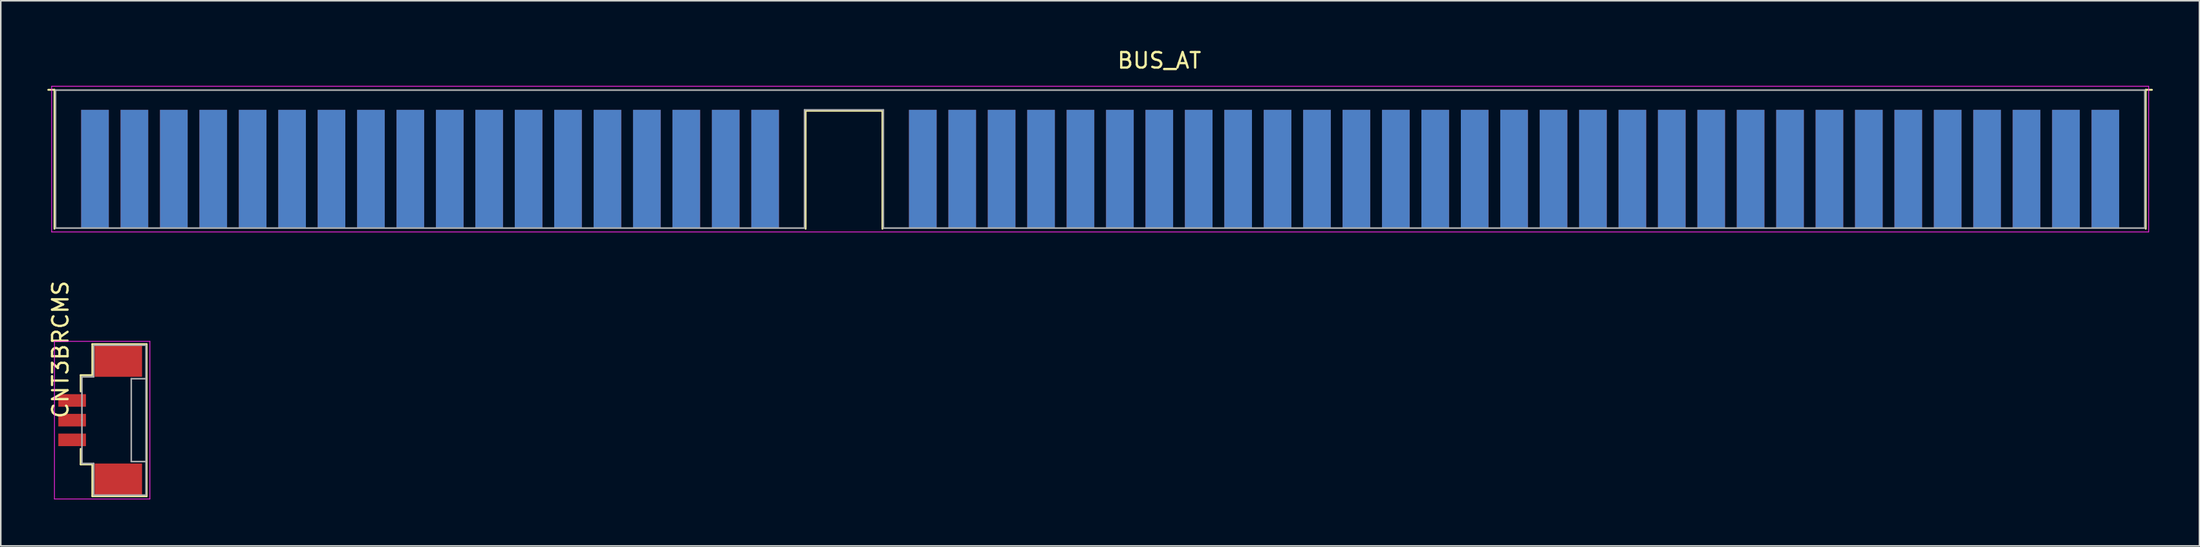
<source format=kicad_pcb>
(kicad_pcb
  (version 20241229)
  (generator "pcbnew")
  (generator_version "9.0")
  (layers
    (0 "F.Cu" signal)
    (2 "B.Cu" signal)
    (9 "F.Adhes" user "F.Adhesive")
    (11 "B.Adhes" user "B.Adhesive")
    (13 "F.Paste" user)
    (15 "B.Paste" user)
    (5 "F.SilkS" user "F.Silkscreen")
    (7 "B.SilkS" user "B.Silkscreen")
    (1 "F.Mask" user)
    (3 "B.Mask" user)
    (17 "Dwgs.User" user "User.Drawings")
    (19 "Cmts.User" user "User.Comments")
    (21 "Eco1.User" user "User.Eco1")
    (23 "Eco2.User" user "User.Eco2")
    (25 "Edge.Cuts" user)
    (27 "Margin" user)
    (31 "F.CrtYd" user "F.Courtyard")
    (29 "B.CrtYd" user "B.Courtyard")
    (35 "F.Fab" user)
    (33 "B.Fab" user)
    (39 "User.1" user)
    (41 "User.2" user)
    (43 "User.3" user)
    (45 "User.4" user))
  (footprint "CNT3BRCMS"
    (layer "F.Cu")
    (at 3.088 24.027)
    (property "Reference" "CNT3BRCMS" (at -2.24 -4.55 90) (layer "F.SilkS") (effects (font (size 1 1) (thickness 0.15))))
    (attr smd)
    (fp_line (start -0.94 -2.9) (end -0.19 -2.9) (stroke (width 0.12) (type solid)) (layer "F.SilkS"))
    (fp_line (start -0.94 -1.85) (end -0.94 -2.9) (stroke (width 0.12) (type solid)) (layer "F.SilkS"))
    (fp_line (start -0.94 2.85) (end -0.94 1.85) (stroke (width 0.12) (type solid)) (layer "F.SilkS"))
    (fp_line (start -0.19 -4.9) (end 3.31 -4.9) (stroke (width 0.12) (type solid)) (layer "F.SilkS"))
    (fp_line (start -0.19 -2.9) (end -0.19 -4.9) (stroke (width 0.12) (type solid)) (layer "F.SilkS"))
    (fp_line (start -0.19 2.85) (end -0.94 2.85) (stroke (width 0.12) (type solid)) (layer "F.SilkS"))
    (fp_line (start -0.19 4.9) (end -0.19 2.85) (stroke (width 0.12) (type solid)) (layer "F.SilkS"))
    (fp_line (start 3.31 -4.9) (end 3.31 4.9) (stroke (width 0.12) (type solid)) (layer "F.SilkS"))
    (fp_line (start 3.31 4.9) (end -0.19 4.9) (stroke (width 0.12) (type solid)) (layer "F.SilkS"))
    (fp_line (start -2.63 -5.08) (end -2.63 5.08) (stroke (width 0.05) (type solid)) (layer "F.CrtYd"))
    (fp_line (start -2.63 -5.08) (end 3.52 -5.08) (stroke (width 0.05) (type solid)) (layer "F.CrtYd"))
    (fp_line (start 3.52 5.08) (end -2.63 5.08) (stroke (width 0.05) (type solid)) (layer "F.CrtYd"))
    (fp_line (start 3.52 5.08) (end 3.52 -5.08) (stroke (width 0.05) (type solid)) (layer "F.CrtYd"))
    (fp_line (start -0.86 -2.79) (end -0.1 -2.79) (stroke (width 0.1) (type solid)) (layer "F.Fab"))
    (fp_line (start -0.86 0) (end -0.86 -2.79) (stroke (width 0.1) (type solid)) (layer "F.Fab"))
    (fp_line (start -0.86 2.79) (end -0.86 0) (stroke (width 0.1) (type solid)) (layer "F.Fab"))
    (fp_line (start -0.1 -4.83) (end 3.27 -4.83) (stroke (width 0.1) (type solid)) (layer "F.Fab"))
    (fp_line (start -0.1 -2.79) (end -0.1 -4.83) (stroke (width 0.1) (type solid)) (layer "F.Fab"))
    (fp_line (start -0.1 2.79) (end -0.86 2.79) (stroke (width 0.1) (type solid)) (layer "F.Fab"))
    (fp_line (start -0.1 4.83) (end -0.1 2.79) (stroke (width 0.1) (type solid)) (layer "F.Fab"))
    (fp_line (start 2.32 -2.67) (end 2.32 2.67) (stroke (width 0.1) (type solid)) (layer "F.Fab"))
    (fp_line (start 2.32 2.67) (end 3.27 2.67) (stroke (width 0.1) (type solid)) (layer "F.Fab"))
    (fp_line (start 3.27 -4.83) (end 3.27 4.83) (stroke (width 0.1) (type solid)) (layer "F.Fab"))
    (fp_line (start 3.27 -2.67) (end 2.32 -2.67) (stroke (width 0.1) (type solid)) (layer "F.Fab"))
    (fp_line (start 3.27 4.83) (end -0.1 4.83) (stroke (width 0.1) (type solid)) (layer "F.Fab"))
    (pad "" smd rect (at 1.49 -3.81) (size 3.05 2.03) (layers "F.Cu" "F.Mask" "F.Paste"))
    (pad "" smd rect (at 1.49 3.81) (size 3.05 2.03) (layers "F.Cu" "F.Mask" "F.Paste"))
    (pad "1" smd rect (at -1.49 -1.27) (size 1.78 0.81) (layers "F.Cu" "F.Mask" "F.Paste"))
    (pad "2" smd rect (at -1.49 0) (size 1.78 0.81) (layers "F.Cu" "F.Mask" "F.Paste"))
    (pad "3" smd rect (at -1.49 1.27) (size 1.78 0.81) (layers "F.Cu" "F.Mask" "F.Paste")))
  (footprint "BUS_AT"
    (layer "F.Cu")
    (at 132.61 7.838)
    (property "Reference" "BUS_AT" (at -60.96 -6.99 0) (layer "F.SilkS") (effects (font (size 1 1) (thickness 0.15))))
    (attr through_hole)
    (fp_line (start -132.15 -5.1) (end -132.55 -5.1) (stroke (width 0.12) (type solid)) (layer "F.SilkS"))
    (fp_line (start -132.15 3.85) (end -132.15 -5.1) (stroke (width 0.12) (type solid)) (layer "F.SilkS"))
    (fp_line (start -83.75 -3.75) (end -78.8 -3.75) (stroke (width 0.12) (type solid)) (layer "F.SilkS"))
    (fp_line (start -83.75 3.85) (end -83.75 -3.75) (stroke (width 0.12) (type solid)) (layer "F.SilkS"))
    (fp_line (start -78.8 -3.75) (end -78.8 3.85) (stroke (width 0.12) (type solid)) (layer "F.SilkS"))
    (fp_line (start 2.6 -5.1) (end 3 -5.1) (stroke (width 0.12) (type solid)) (layer "F.SilkS"))
    (fp_line (start 2.6 3.85) (end 2.6 -5.1) (stroke (width 0.12) (type solid)) (layer "F.SilkS"))
    (fp_line (start -132.33 -5.33) (end -132.33 4.06) (stroke (width 0.05) (type solid)) (layer "F.CrtYd"))
    (fp_line (start -132.33 -5.33) (end 2.79 -5.33) (stroke (width 0.05) (type solid)) (layer "F.CrtYd"))
    (fp_line (start 2.79 4.06) (end -132.33 4.06) (stroke (width 0.05) (type solid)) (layer "F.CrtYd"))
    (fp_line (start 2.79 4.06) (end 2.79 -5.33) (stroke (width 0.05) (type solid)) (layer "F.CrtYd"))
    (fp_line (start -132.08 -5.08) (end 2.54 -5.08) (stroke (width 0.1) (type solid)) (layer "F.Fab"))
    (fp_line (start -132.08 3.81) (end -132.08 -5.08) (stroke (width 0.1) (type solid)) (layer "F.Fab"))
    (fp_line (start -83.82 -3.81) (end -83.82 3.81) (stroke (width 0.1) (type solid)) (layer "F.Fab"))
    (fp_line (start -83.82 3.81) (end -132.08 3.81) (stroke (width 0.1) (type solid)) (layer "F.Fab"))
    (fp_line (start -78.74 -3.81) (end -83.82 -3.81) (stroke (width 0.1) (type solid)) (layer "F.Fab"))
    (fp_line (start -78.74 3.81) (end -78.74 -3.81) (stroke (width 0.1) (type solid)) (layer "F.Fab"))
    (fp_line (start 2.54 -5.08) (end 2.54 3.81) (stroke (width 0.1) (type solid)) (layer "F.Fab"))
    (fp_line (start 2.54 3.81) (end -78.74 3.81) (stroke (width 0.1) (type solid)) (layer "F.Fab"))
    (pad "1" connect rect (at 0 0) (size 1.78 7.62) (layers "B.Cu" "B.Mask"))
    (pad "2" connect rect (at -2.54 0) (size 1.78 7.62) (layers "B.Cu" "B.Mask"))
    (pad "3" connect rect (at -5.08 0) (size 1.78 7.62) (layers "B.Cu" "B.Mask"))
    (pad "4" connect rect (at -7.62 0) (size 1.78 7.62) (layers "B.Cu" "B.Mask"))
    (pad "5" connect rect (at -10.16 0) (size 1.78 7.62) (layers "B.Cu" "B.Mask"))
    (pad "6" connect rect (at -12.7 0) (size 1.78 7.62) (layers "B.Cu" "B.Mask"))
    (pad "7" connect rect (at -15.24 0) (size 1.78 7.62) (layers "B.Cu" "B.Mask"))
    (pad "8" connect rect (at -17.78 0) (size 1.78 7.62) (layers "B.Cu" "B.Mask"))
    (pad "9" connect rect (at -20.32 0) (size 1.78 7.62) (layers "B.Cu" "B.Mask"))
    (pad "10" connect rect (at -22.86 0) (size 1.78 7.62) (layers "B.Cu" "B.Mask"))
    (pad "11" connect rect (at -25.4 0) (size 1.78 7.62) (layers "B.Cu" "B.Mask"))
    (pad "12" connect rect (at -27.94 0) (size 1.78 7.62) (layers "B.Cu" "B.Mask"))
    (pad "13" connect rect (at -30.48 0) (size 1.78 7.62) (layers "B.Cu" "B.Mask"))
    (pad "14" connect rect (at -33.02 0) (size 1.78 7.62) (layers "B.Cu" "B.Mask"))
    (pad "15" connect rect (at -35.56 0) (size 1.78 7.62) (layers "B.Cu" "B.Mask"))
    (pad "16" connect rect (at -38.1 0) (size 1.78 7.62) (layers "B.Cu" "B.Mask"))
    (pad "17" connect rect (at -40.64 0) (size 1.78 7.62) (layers "B.Cu" "B.Mask"))
    (pad "18" connect rect (at -43.18 0) (size 1.78 7.62) (layers "B.Cu" "B.Mask"))
    (pad "19" connect rect (at -45.72 0) (size 1.78 7.62) (layers "B.Cu" "B.Mask"))
    (pad "20" connect rect (at -48.26 0) (size 1.78 7.62) (layers "B.Cu" "B.Mask"))
    (pad "21" connect rect (at -50.8 0) (size 1.78 7.62) (layers "B.Cu" "B.Mask"))
    (pad "22" connect rect (at -53.34 0) (size 1.78 7.62) (layers "B.Cu" "B.Mask"))
    (pad "23" connect rect (at -55.88 0) (size 1.78 7.62) (layers "B.Cu" "B.Mask"))
    (pad "24" connect rect (at -58.42 0) (size 1.78 7.62) (layers "B.Cu" "B.Mask"))
    (pad "25" connect rect (at -60.96 0) (size 1.78 7.62) (layers "B.Cu" "B.Mask"))
    (pad "26" connect rect (at -63.5 0) (size 1.78 7.62) (layers "B.Cu" "B.Mask"))
    (pad "27" connect rect (at -66.04 0) (size 1.78 7.62) (layers "B.Cu" "B.Mask"))
    (pad "28" connect rect (at -68.58 0) (size 1.78 7.62) (layers "B.Cu" "B.Mask"))
    (pad "29" connect rect (at -71.12 0) (size 1.78 7.62) (layers "B.Cu" "B.Mask"))
    (pad "30" connect rect (at -73.66 0) (size 1.78 7.62) (layers "B.Cu" "B.Mask"))
    (pad "31" connect rect (at -76.2 0) (size 1.78 7.62) (layers "B.Cu" "B.Mask"))
    (pad "32" connect rect (at 0 0) (size 1.78 7.62) (layers "F.Cu" "F.Mask"))
    (pad "33" connect rect (at -2.54 0) (size 1.78 7.62) (layers "F.Cu" "F.Mask"))
    (pad "34" connect rect (at -5.08 0) (size 1.78 7.62) (layers "F.Cu" "F.Mask"))
    (pad "35" connect rect (at -7.62 0) (size 1.78 7.62) (layers "F.Cu" "F.Mask"))
    (pad "36" connect rect (at -10.16 0) (size 1.78 7.62) (layers "F.Cu" "F.Mask"))
    (pad "37" connect rect (at -12.7 0) (size 1.78 7.62) (layers "F.Cu" "F.Mask"))
    (pad "38" connect rect (at -15.24 0) (size 1.78 7.62) (layers "F.Cu" "F.Mask"))
    (pad "39" connect rect (at -17.78 0) (size 1.78 7.62) (layers "F.Cu" "F.Mask"))
    (pad "40" connect rect (at -20.32 0) (size 1.78 7.62) (layers "F.Cu" "F.Mask"))
    (pad "41" connect rect (at -22.86 0) (size 1.78 7.62) (layers "F.Cu" "F.Mask"))
    (pad "42" connect rect (at -25.4 0) (size 1.78 7.62) (layers "F.Cu" "F.Mask"))
    (pad "43" connect rect (at -27.94 0) (size 1.78 7.62) (layers "F.Cu" "F.Mask"))
    (pad "44" connect rect (at -30.48 0) (size 1.78 7.62) (layers "F.Cu" "F.Mask"))
    (pad "45" connect rect (at -33.02 0) (size 1.78 7.62) (layers "F.Cu" "F.Mask"))
    (pad "46" connect rect (at -35.56 0) (size 1.78 7.62) (layers "F.Cu" "F.Mask"))
    (pad "47" connect rect (at -38.1 0) (size 1.78 7.62) (layers "F.Cu" "F.Mask"))
    (pad "48" connect rect (at -40.64 0) (size 1.78 7.62) (layers "F.Cu" "F.Mask"))
    (pad "49" connect rect (at -43.18 0) (size 1.78 7.62) (layers "F.Cu" "F.Mask"))
    (pad "50" connect rect (at -45.72 0) (size 1.78 7.62) (layers "F.Cu" "F.Mask"))
    (pad "51" connect rect (at -48.26 0) (size 1.78 7.62) (layers "F.Cu" "F.Mask"))
    (pad "52" connect rect (at -50.8 0) (size 1.78 7.62) (layers "F.Cu" "F.Mask"))
    (pad "53" connect rect (at -53.34 0) (size 1.78 7.62) (layers "F.Cu" "F.Mask"))
    (pad "54" connect rect (at -55.88 0) (size 1.78 7.62) (layers "F.Cu" "F.Mask"))
    (pad "55" connect rect (at -58.42 0) (size 1.78 7.62) (layers "F.Cu" "F.Mask"))
    (pad "56" connect rect (at -60.96 0) (size 1.78 7.62) (layers "F.Cu" "F.Mask"))
    (pad "57" connect rect (at -63.5 0) (size 1.78 7.62) (layers "F.Cu" "F.Mask"))
    (pad "58" connect rect (at -66.04 0) (size 1.78 7.62) (layers "F.Cu" "F.Mask"))
    (pad "59" connect rect (at -68.58 0) (size 1.78 7.62) (layers "F.Cu" "F.Mask"))
    (pad "60" connect rect (at -71.12 0) (size 1.78 7.62) (layers "F.Cu" "F.Mask"))
    (pad "61" connect rect (at -73.66 0) (size 1.78 7.62) (layers "F.Cu" "F.Mask"))
    (pad "62" connect rect (at -76.2 0) (size 1.78 7.62) (layers "F.Cu" "F.Mask"))
    (pad "63" connect rect (at -86.36 0) (size 1.78 7.62) (layers "B.Cu" "B.Mask"))
    (pad "64" connect rect (at -88.9 0) (size 1.78 7.62) (layers "B.Cu" "B.Mask"))
    (pad "65" connect rect (at -91.44 0) (size 1.78 7.62) (layers "B.Cu" "B.Mask"))
    (pad "66" connect rect (at -93.98 0) (size 1.78 7.62) (layers "B.Cu" "B.Mask"))
    (pad "67" connect rect (at -96.52 0) (size 1.78 7.62) (layers "B.Cu" "B.Mask"))
    (pad "68" connect rect (at -99.06 0) (size 1.78 7.62) (layers "B.Cu" "B.Mask"))
    (pad "69" connect rect (at -101.6 0) (size 1.78 7.62) (layers "B.Cu" "B.Mask"))
    (pad "70" connect rect (at -104.14 0) (size 1.78 7.62) (layers "B.Cu" "B.Mask"))
    (pad "71" connect rect (at -106.68 0) (size 1.78 7.62) (layers "B.Cu" "B.Mask"))
    (pad "72" connect rect (at -109.22 0) (size 1.78 7.62) (layers "B.Cu" "B.Mask"))
    (pad "73" connect rect (at -111.76 0) (size 1.78 7.62) (layers "B.Cu" "B.Mask"))
    (pad "74" connect rect (at -114.3 0) (size 1.78 7.62) (layers "B.Cu" "B.Mask"))
    (pad "75" connect rect (at -116.84 0) (size 1.78 7.62) (layers "B.Cu" "B.Mask"))
    (pad "76" connect rect (at -119.38 0) (size 1.78 7.62) (layers "B.Cu" "B.Mask"))
    (pad "77" connect rect (at -121.92 0) (size 1.78 7.62) (layers "B.Cu" "B.Mask"))
    (pad "78" connect rect (at -124.46 0) (size 1.78 7.62) (layers "B.Cu" "B.Mask"))
    (pad "79" connect rect (at -127 0) (size 1.78 7.62) (layers "B.Cu" "B.Mask"))
    (pad "80" connect rect (at -129.54 0) (size 1.78 7.62) (layers "B.Cu" "B.Mask"))
    (pad "81" connect rect (at -86.36 0) (size 1.78 7.62) (layers "F.Cu" "F.Mask"))
    (pad "82" connect rect (at -88.9 0) (size 1.78 7.62) (layers "F.Cu" "F.Mask"))
    (pad "83" connect rect (at -91.44 0) (size 1.78 7.62) (layers "F.Cu" "F.Mask"))
    (pad "84" connect rect (at -93.98 0) (size 1.78 7.62) (layers "F.Cu" "F.Mask"))
    (pad "85" connect rect (at -96.52 0) (size 1.78 7.62) (layers "F.Cu" "F.Mask"))
    (pad "86" connect rect (at -99.06 0) (size 1.78 7.62) (layers "F.Cu" "F.Mask"))
    (pad "87" connect rect (at -101.6 0) (size 1.78 7.62) (layers "F.Cu" "F.Mask"))
    (pad "88" connect rect (at -104.14 0) (size 1.78 7.62) (layers "F.Cu" "F.Mask"))
    (pad "89" connect rect (at -106.68 0) (size 1.78 7.62) (layers "F.Cu" "F.Mask"))
    (pad "90" connect rect (at -109.22 0) (size 1.78 7.62) (layers "F.Cu" "F.Mask"))
    (pad "91" connect rect (at -111.76 0) (size 1.78 7.62) (layers "F.Cu" "F.Mask"))
    (pad "92" connect rect (at -114.3 0) (size 1.78 7.62) (layers "F.Cu" "F.Mask"))
    (pad "93" connect rect (at -116.84 0) (size 1.78 7.62) (layers "F.Cu" "F.Mask"))
    (pad "94" connect rect (at -119.38 0) (size 1.78 7.62) (layers "F.Cu" "F.Mask"))
    (pad "95" connect rect (at -121.92 0) (size 1.78 7.62) (layers "F.Cu" "F.Mask"))
    (pad "96" connect rect (at -124.46 0) (size 1.78 7.62) (layers "F.Cu" "F.Mask"))
    (pad "97" connect rect (at -127 0) (size 1.78 7.62) (layers "F.Cu" "F.Mask"))
    (pad "98" connect rect (at -129.54 0) (size 1.78 7.62) (layers "F.Cu" "F.Mask")))
  (gr_rect
    (start -3 -3)
    (end 138.67 32.132)
    (stroke (width 0.1) (type default))
    (fill no)
    (layer "Edge.Cuts")))
</source>
